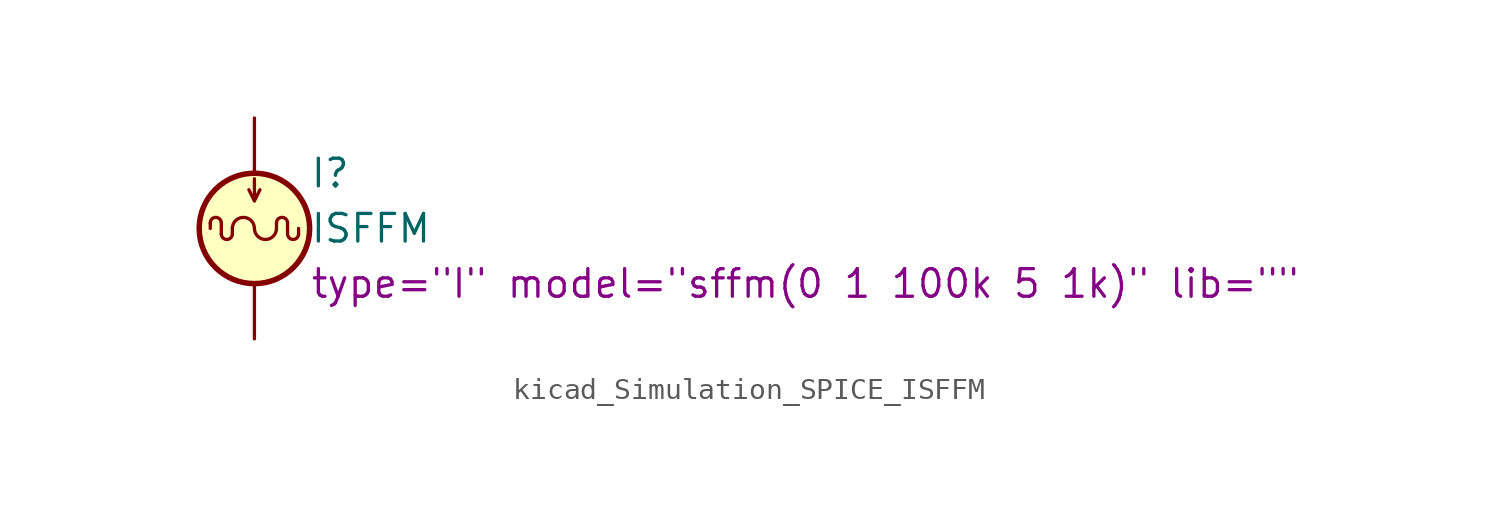
<source format=kicad_sym>
(kicad_symbol_lib
  (version 20220914)
  (generator kicad_symbol_editor)
  (symbol "kicad_Simulation_SPICE_ISFFM"
    (pin_numbers hide)
    (pin_names
      (offset 0.025))
    (property "Reference" "I"
      (at 2.54 2.54 0)
      (effects (font (size 1.27 1.27)) (justify left)))
    (property "Value" "ISFFM"
      (at 2.54 0 0)
      (effects (font (size 1.27 1.27)) (justify left)))
    (property "Sim.Params" "type=\"I\" model=\"sffm(0 1 100k 5 1k)\" lib=\"\""
      (at 2.54 -2.54 0)
      (effects (font (size 1.27 1.27)) (justify left)))
    (symbol "kicad_Simulation_SPICE_ISFFM_0_1"
      (arc (start -1.524 -0.254) (mid -1.27 -0.5069) (end -1.016 -0.254) (stroke (width 0) (type default)) (fill (type none)))
      (arc (start -1.524 0.254) (mid -1.778 0.5069) (end -2.032 0.254) (stroke (width 0) (type default)) (fill (type none)))
      (arc (start 0 0) (mid -0.508 0.5058) (end -1.016 0) (stroke (width 0) (type default)) (fill (type none)))
      (polyline (pts (xy -2.032 0.254) (xy -2.032 0)) (stroke (width 0) (type default)) (fill (type none)))
      (polyline (pts (xy -1.524 -0.254) (xy -1.524 0.254)) (stroke (width 0) (type default)) (fill (type none)))
      (polyline (pts (xy -1.016 0) (xy -1.016 -0.254)) (stroke (width 0) (type default)) (fill (type none)))
      (polyline (pts (xy 0 1.27) (xy 0 2.286)) (stroke (width 0) (type default)) (fill (type none)))
      (polyline (pts (xy 1.016 0.254) (xy 1.016 0)) (stroke (width 0) (type default)) (fill (type none)))
      (polyline (pts (xy 1.524 0.254) (xy 1.524 -0.254)) (stroke (width 0) (type default)) (fill (type none)))
      (polyline (pts (xy 2.032 -0.254) (xy 2.032 0)) (stroke (width 0) (type default)) (fill (type none)))
      (polyline (pts (xy -0.254 1.778) (xy 0 1.27) (xy 0.254 1.778)) (stroke (width 0) (type default)) (fill (type none)))
      (arc (start 0 0) (mid 0.508 -0.5058) (end 1.016 0) (stroke (width 0) (type default)) (fill (type none)))
      (circle (center 0 0) (radius 2.54) (stroke (width 0.254) (type default)) (fill (type background)))
      (arc (start 1.524 -0.254) (mid 1.778 -0.5069) (end 2.032 -0.254) (stroke (width 0) (type default)) (fill (type none)))
      (arc (start 1.524 0.254) (mid 1.27 0.5069) (end 1.016 0.254) (stroke (width 0) (type default)) (fill (type none))))
    (symbol "kicad_Simulation_SPICE_ISFFM_1_1"
      (pin passive line (at 0 5.08 270) (length 2.54) (name "~" (effects (font (size 1.27 1.27)))) (number "1" (effects (font (size 1.27 1.27)))))
      (pin passive line (at 0 -5.08 90) (length 2.54) (name "~" (effects (font (size 1.27 1.27)))) (number "2" (effects (font (size 1.27 1.27))))))))
</source>
